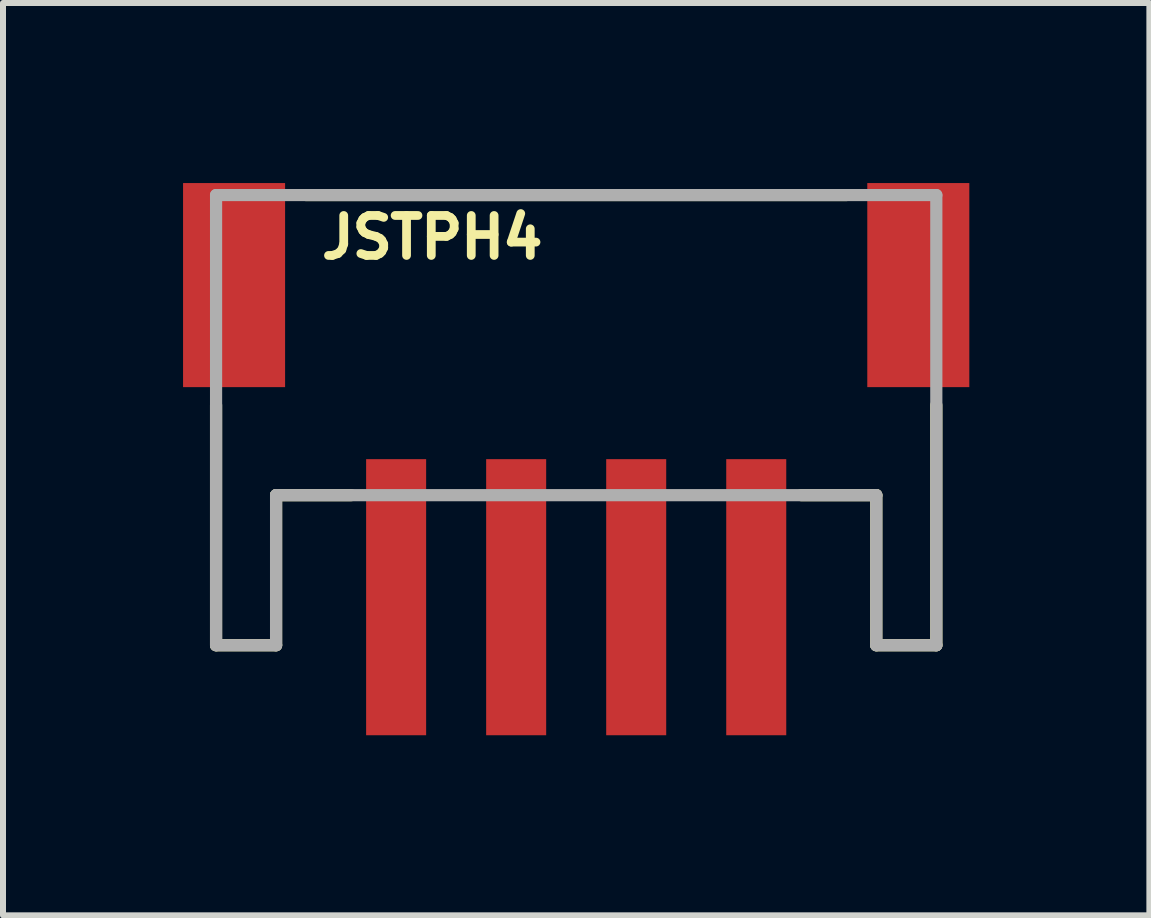
<source format=kicad_pcb>
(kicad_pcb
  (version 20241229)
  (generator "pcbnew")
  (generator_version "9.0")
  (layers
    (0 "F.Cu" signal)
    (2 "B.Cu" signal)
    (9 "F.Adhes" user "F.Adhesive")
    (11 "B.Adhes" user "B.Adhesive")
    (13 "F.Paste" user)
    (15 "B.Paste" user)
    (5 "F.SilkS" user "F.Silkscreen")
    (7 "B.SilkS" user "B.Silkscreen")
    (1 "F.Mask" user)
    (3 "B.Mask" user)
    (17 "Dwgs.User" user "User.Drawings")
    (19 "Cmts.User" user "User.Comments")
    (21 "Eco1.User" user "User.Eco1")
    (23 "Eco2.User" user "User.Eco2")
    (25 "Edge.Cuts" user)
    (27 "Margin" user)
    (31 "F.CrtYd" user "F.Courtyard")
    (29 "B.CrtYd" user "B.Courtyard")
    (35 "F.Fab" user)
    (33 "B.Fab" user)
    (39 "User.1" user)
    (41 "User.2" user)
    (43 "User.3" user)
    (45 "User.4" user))
  (footprint "JSTPH4"
    (layer "F.Cu")
    (at 6.55 3.2)
    (property "Reference" "JSTPH4" (at -4.318 -1.905 0) (layer "F.SilkS") (effects (font (size 0.666 0.666) (thickness 0.146)) (justify left bottom)))
    (fp_line (start -6 0.5) (end -6 4.5) (stroke (width 0.203) (type solid)) (layer "F.SilkS"))
    (fp_line (start -6 4.5) (end -5 4.5) (stroke (width 0.203) (type solid)) (layer "F.SilkS"))
    (fp_line (start -5 2) (end -3.75 2) (stroke (width 0.203) (type solid)) (layer "F.SilkS"))
    (fp_line (start -5 4.5) (end -5 2) (stroke (width 0.203) (type solid)) (layer "F.SilkS"))
    (fp_line (start -4.5 -3) (end 4.5 -3) (stroke (width 0.203) (type solid)) (layer "F.SilkS"))
    (fp_line (start 3.75 2) (end 5 2) (stroke (width 0.203) (type solid)) (layer "F.SilkS"))
    (fp_line (start 5 2) (end 5 4.5) (stroke (width 0.203) (type solid)) (layer "F.SilkS"))
    (fp_line (start 5 4.5) (end 6 4.5) (stroke (width 0.203) (type solid)) (layer "F.SilkS"))
    (fp_line (start 6 4.5) (end 6 0.5) (stroke (width 0.203) (type solid)) (layer "F.SilkS"))
    (fp_line (start -6 -3) (end 6 -3) (stroke (width 0.203) (type solid)) (layer "F.Fab"))
    (fp_line (start -6 4.5) (end -6 -3) (stroke (width 0.203) (type solid)) (layer "F.Fab"))
    (fp_line (start -5 2) (end -5 4.5) (stroke (width 0.203) (type solid)) (layer "F.Fab"))
    (fp_line (start -5 4.5) (end -6 4.5) (stroke (width 0.203) (type solid)) (layer "F.Fab"))
    (fp_line (start 5 2) (end -5 2) (stroke (width 0.203) (type solid)) (layer "F.Fab"))
    (fp_line (start 5 4.5) (end 5 2) (stroke (width 0.203) (type solid)) (layer "F.Fab"))
    (fp_line (start 6 -3) (end 6 4.5) (stroke (width 0.203) (type solid)) (layer "F.Fab"))
    (fp_line (start 6 4.5) (end 5 4.5) (stroke (width 0.203) (type solid)) (layer "F.Fab"))
    (pad "1" smd rect (at -3 3.7) (size 1 4.6) (layers "F.Cu" "F.Mask" "F.Paste"))
    (pad "2" smd rect (at -1 3.7) (size 1 4.6) (layers "F.Cu" "F.Mask" "F.Paste"))
    (pad "3" smd rect (at 1 3.7) (size 1 4.6) (layers "F.Cu" "F.Mask" "F.Paste"))
    (pad "4" smd rect (at 3 3.7) (size 1 4.6) (layers "F.Cu" "F.Mask" "F.Paste"))
    (pad "NC1" smd rect (at -5.7 -1.5 90) (size 3.4 1.7) (layers "F.Cu" "F.Mask" "F.Paste"))
    (pad "NC2" smd rect (at 5.7 -1.5 90) (size 3.4 1.7) (layers "F.Cu" "F.Mask" "F.Paste")))
  (gr_rect
    (start -3 -3)
    (end 16.1 12.2)
    (stroke (width 0.1) (type default))
    (fill no)
    (layer "Edge.Cuts")))
</source>
